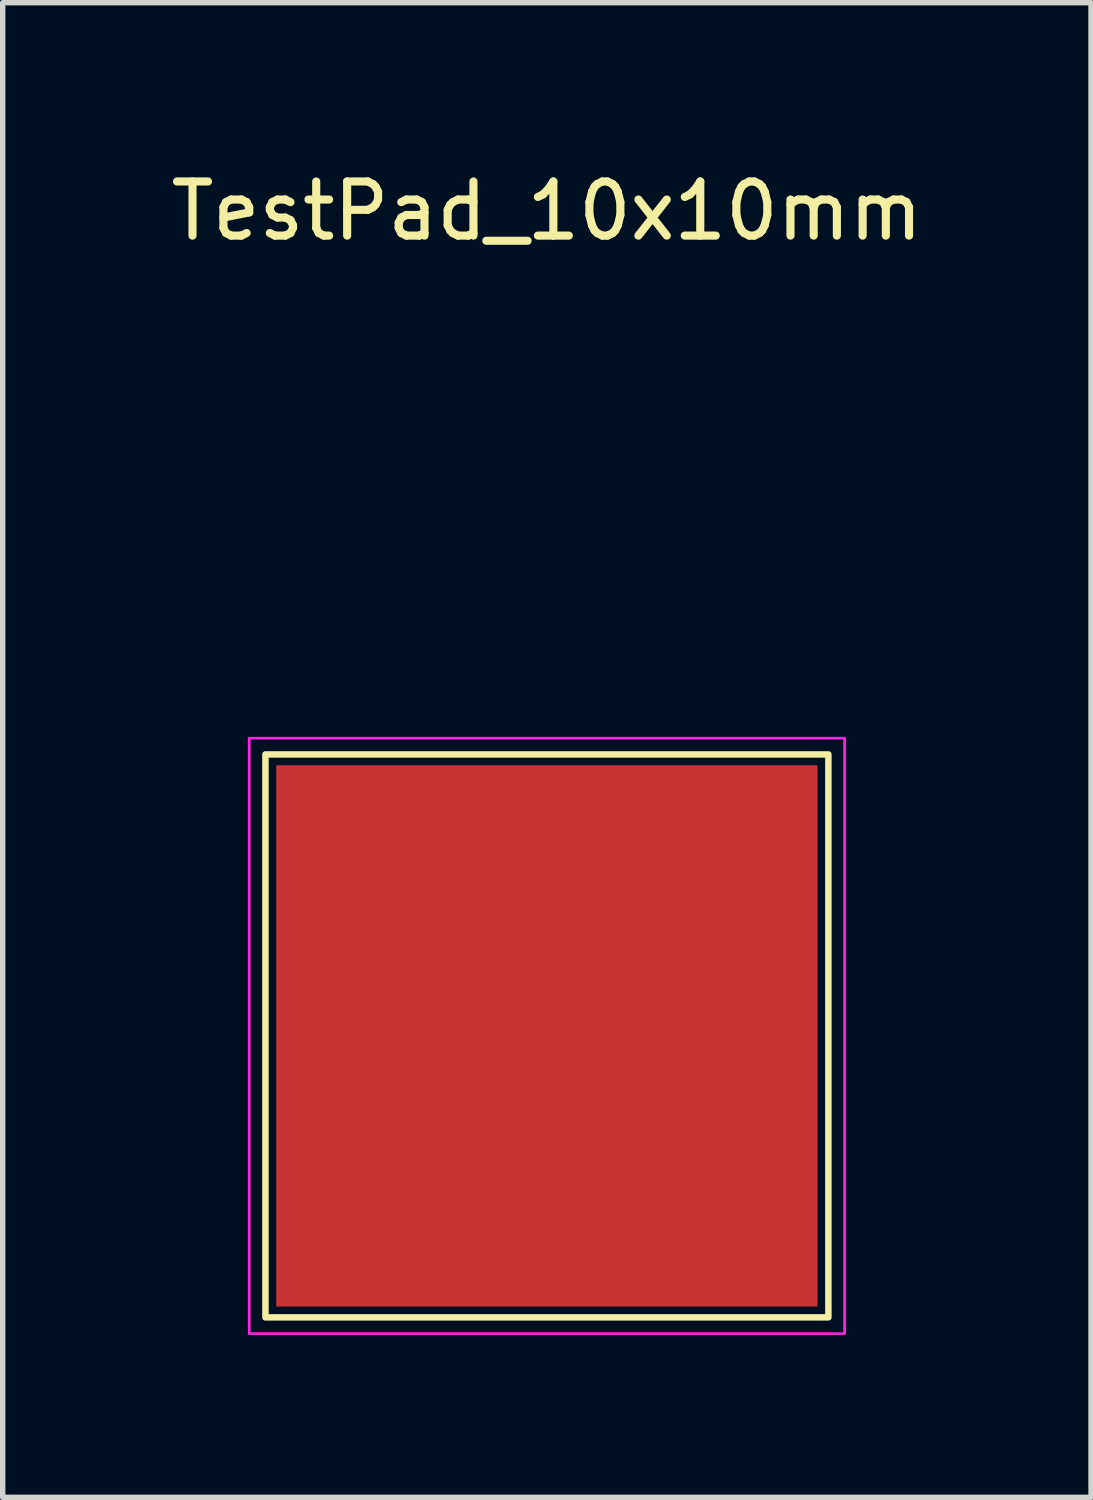
<source format=kicad_pcb>
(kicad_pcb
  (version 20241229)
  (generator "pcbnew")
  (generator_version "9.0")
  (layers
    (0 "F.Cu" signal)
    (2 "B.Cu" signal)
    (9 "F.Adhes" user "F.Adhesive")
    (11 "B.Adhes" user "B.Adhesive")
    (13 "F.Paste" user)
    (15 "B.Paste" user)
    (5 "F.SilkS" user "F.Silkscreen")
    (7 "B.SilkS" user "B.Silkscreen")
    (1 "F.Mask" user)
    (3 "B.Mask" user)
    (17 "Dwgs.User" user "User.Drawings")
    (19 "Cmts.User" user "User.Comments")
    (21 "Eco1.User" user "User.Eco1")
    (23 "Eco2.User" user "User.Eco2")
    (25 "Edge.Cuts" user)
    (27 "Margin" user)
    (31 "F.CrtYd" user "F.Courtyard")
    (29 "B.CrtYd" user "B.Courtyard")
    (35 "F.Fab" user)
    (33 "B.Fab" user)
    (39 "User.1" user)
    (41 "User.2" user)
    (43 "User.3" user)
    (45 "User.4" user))
  (footprint "TestPad_10x10mm"
    (layer "F.Cu")
    (at 7.054 16.088)
    (property "Reference" "TestPad_10x10mm" (at 0 -15.24 0) (unlocked yes) (layer "F.SilkS") (effects (font (size 1 1) (thickness 0.15))))
    (attr smd)
    (fp_rect (start -5.2 -5.2) (end 5.2 5.2) (stroke (width 0.12) (type solid)) (fill no) (layer "F.SilkS"))
    (fp_rect (start -5.5 -5.5) (end 5.5 5.5) (stroke (width 0.05) (type solid)) (fill no) (layer "F.CrtYd"))
    (pad "1" smd rect (at 0 0) (size 10 10) (layers "F.Cu" "F.Mask" "F.Paste")))
  (gr_rect
    (start -3 -3)
    (end 17.107 24.613)
    (stroke (width 0.1) (type default))
    (fill no)
    (layer "Edge.Cuts")))
</source>
